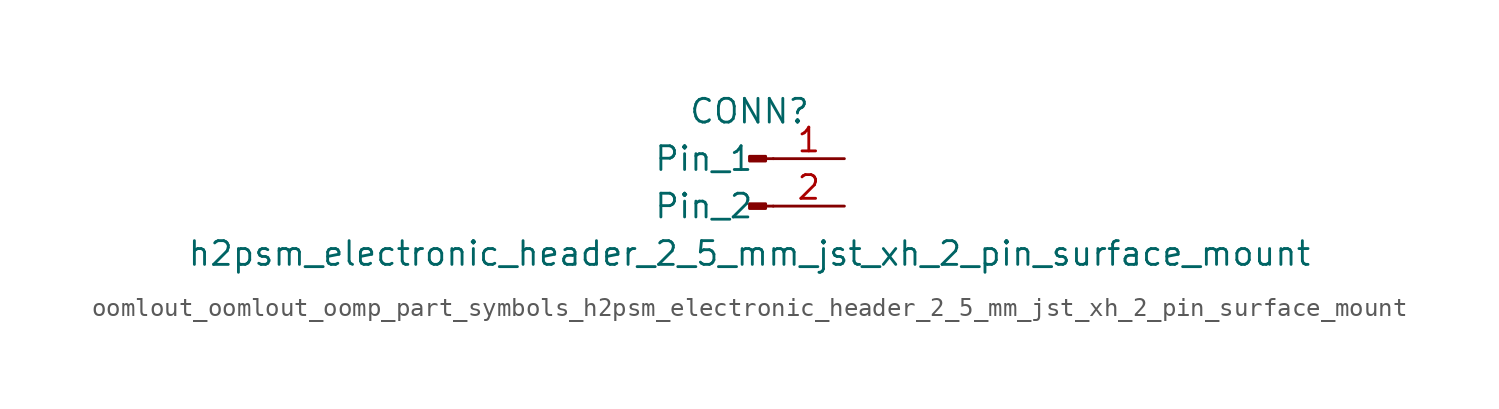
<source format=kicad_sym>
(kicad_symbol_lib
  (version 20220914)
  (generator kicad_symbol_editor)
  (symbol "oomlout_oomlout_oomp_part_symbols_h2psm_electronic_header_2_5_mm_jst_xh_2_pin_surface_mount"
    (pin_names
      (offset 1.016))
    (property "Reference" "CONN"
      (at 0 2.54 0)
      (effects (font (size 1.27 1.27))))
    (property "Value" "h2psm_electronic_header_2_5_mm_jst_xh_2_pin_surface_mount"
      (at 0 -5.08 0)
      (effects (font (size 1.27 1.27))))
    (property "ki_locked" ""
      (at 0 0 0)
      (effects (font (size 1.27 1.27))))
    (symbol "oomlout_oomlout_oomp_part_symbols_h2psm_electronic_header_2_5_mm_jst_xh_2_pin_surface_mount_1_1"
      (polyline (pts (xy 1.27 -2.54) (xy 0.864 -2.54)) (stroke (width 0.152) (type default)) (fill (type none)))
      (polyline (pts (xy 1.27 0) (xy 0.864 0)) (stroke (width 0.152) (type default)) (fill (type none)))
      (rectangle (start 0.864 -2.413) (end 0 -2.667) (stroke (width 0.152) (type default)) (fill (type outline)))
      (rectangle (start 0.864 0.127) (end 0 -0.127) (stroke (width 0.152) (type default)) (fill (type outline)))
      (pin passive line (at 5.08 0 180) (length 3.81) (name "Pin_1" (effects (font (size 1.27 1.27)))) (number "1" (effects (font (size 1.27 1.27)))))
      (pin passive line (at 5.08 -2.54 180) (length 3.81) (name "Pin_2" (effects (font (size 1.27 1.27)))) (number "2" (effects (font (size 1.27 1.27))))))))
</source>
